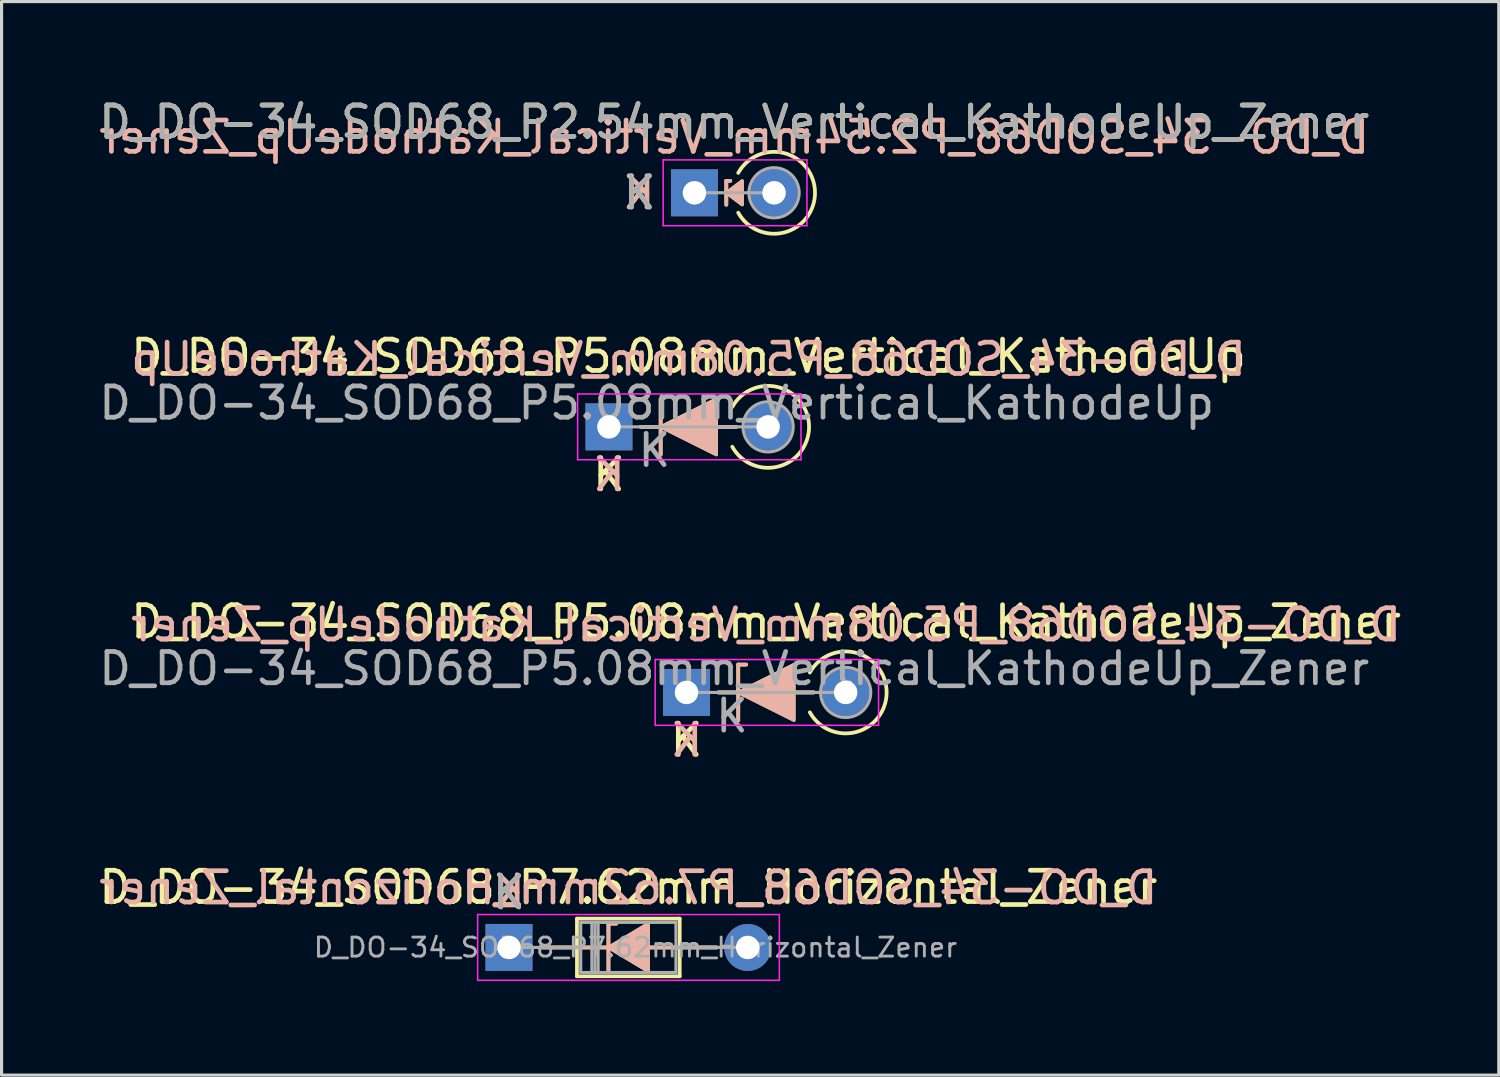
<source format=kicad_pcb>
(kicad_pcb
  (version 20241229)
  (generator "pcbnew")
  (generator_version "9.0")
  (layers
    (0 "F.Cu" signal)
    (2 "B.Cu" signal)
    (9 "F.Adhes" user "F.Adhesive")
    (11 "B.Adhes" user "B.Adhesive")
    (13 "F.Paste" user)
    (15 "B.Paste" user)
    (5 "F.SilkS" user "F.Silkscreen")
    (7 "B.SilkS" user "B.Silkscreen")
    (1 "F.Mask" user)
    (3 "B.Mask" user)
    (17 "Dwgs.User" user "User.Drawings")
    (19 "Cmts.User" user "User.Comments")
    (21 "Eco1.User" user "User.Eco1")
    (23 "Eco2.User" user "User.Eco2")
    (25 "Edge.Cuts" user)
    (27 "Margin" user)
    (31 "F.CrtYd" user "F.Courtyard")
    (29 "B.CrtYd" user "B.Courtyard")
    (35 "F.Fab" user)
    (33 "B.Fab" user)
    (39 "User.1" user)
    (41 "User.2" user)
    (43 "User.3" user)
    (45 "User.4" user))
  (footprint "D_DO-34_SOD68_P2.54mm_Vertical_KathodeUp_Zener"
    (layer "F.Cu")
    (at 19.117 3.104)
    (property "Reference" "D_DO-34_SOD68_P2.54mm_Vertical_KathodeUp_Zener" (at 1.27 -2.256 0) (layer "F.SilkS") (effects (font (size 1 1) (thickness 0.15))))
    (fp_line (start 1.016 -0.381) (end 1.016 0.381) (stroke (width 0.12) (type solid)) (layer "F.SilkS"))
    (fp_line (start 1.016 -0.381) (end 1.143 -0.381) (stroke (width 0.12) (type solid)) (layer "F.SilkS"))
    (fp_arc (start 1.397 -0.635) (mid 3.847543 0) (end 1.397 0.634999) (stroke (width 0.12) (type solid)) (layer "F.SilkS"))
    (fp_poly (pts (xy 1.524 0.381) (xy 1.016 0) (xy 1.524 -0.381)) (stroke (width 0.1) (type solid)) (fill yes) (layer "F.SilkS"))
    (fp_line (start 1.016 -0.381) (end 1.143 -0.381) (stroke (width 0.12) (type solid)) (layer "B.SilkS"))
    (fp_line (start 1.016 0.381) (end 1.016 -0.381) (stroke (width 0.12) (type solid)) (layer "B.SilkS"))
    (fp_poly (pts (xy 1.524 -0.381) (xy 1.016 0) (xy 1.524 0.381)) (stroke (width 0.1) (type solid)) (fill yes) (layer "B.SilkS"))
    (fp_line (start -1 -1.05) (end -1 1.05) (stroke (width 0.05) (type solid)) (layer "F.CrtYd"))
    (fp_line (start -1 1.05) (end 3.59 1.05) (stroke (width 0.05) (type solid)) (layer "F.CrtYd"))
    (fp_line (start 3.59 -1.05) (end -1 -1.05) (stroke (width 0.05) (type solid)) (layer "F.CrtYd"))
    (fp_line (start 3.59 1.05) (end 3.59 -1.05) (stroke (width 0.05) (type solid)) (layer "F.CrtYd"))
    (fp_line (start 0 0) (end 2.54 0) (stroke (width 0.1) (type solid)) (layer "F.Fab"))
    (fp_circle (center 2.54 0) (end 3.34 0) (stroke (width 0.1) (type solid)) (fill no) (layer "F.Fab"))
    (fp_text user "K" (at -1.75 0 0) (layer "F.SilkS") (effects (font (size 1 1) (thickness 0.15))))
    (fp_text user "${REFERENCE}" (at 1.27 -1.778 0) (layer "B.SilkS") (effects (font (size 1 1) (thickness 0.15)) (justify mirror)))
    (fp_text user "K" (at -1.778 0 0) (layer "B.SilkS") (effects (font (size 1 1) (thickness 0.15)) (justify mirror)))
    (fp_text user "K" (at -1.75 0 0) (layer "F.Fab") (effects (font (size 1 1) (thickness 0.15))))
    (fp_text user "${REFERENCE}" (at 1.27 -2.256 0) (layer "F.Fab") (effects (font (size 1 1) (thickness 0.15))))
    (pad "1" thru_hole rect (at 0 0) (size 1.5 1.5) (drill 0.75) (layers "*.Cu" "*.Mask"))
    (pad "2" thru_hole oval (at 2.54 0) (size 1.5 1.5) (drill 0.75) (layers "*.Cu" "*.Mask")))
  (footprint "D_DO-34_SOD68_P5.08mm_Vertical_KathodeUp"
    (layer "F.Cu")
    (at 16.387 10.575)
    (property "Reference" "D_DO-34_SOD68_P5.08mm_Vertical_KathodeUp" (at 2.54 -2.256 0) (layer "F.SilkS") (effects (font (size 1 1) (thickness 0.15))))
    (fp_line (start 1.651 0.889) (end 1.651 -0.889) (stroke (width 0.12) (type solid)) (layer "F.SilkS"))
    (fp_line (start 4.064 0) (end 1.016 0) (stroke (width 0.12) (type solid)) (layer "F.SilkS"))
    (fp_arc (start 3.937 -0.634999) (mid 6.387543 0.000001) (end 3.937 0.635) (stroke (width 0.12) (type solid)) (layer "F.SilkS"))
    (fp_poly (pts (xy 3.429 0.889) (xy 1.651 0) (xy 3.429 -0.889)) (stroke (width 0.1) (type solid)) (fill yes) (layer "F.SilkS"))
    (fp_line (start 1.651 -0.889) (end 1.651 0.889) (stroke (width 0.12) (type solid)) (layer "B.SilkS"))
    (fp_line (start 4.064 0) (end 1.016 0) (stroke (width 0.12) (type solid)) (layer "B.SilkS"))
    (fp_poly (pts (xy 3.429 -0.889) (xy 1.651 0) (xy 3.429 0.889)) (stroke (width 0.1) (type solid)) (fill yes) (layer "B.SilkS"))
    (fp_line (start -1 -1.05) (end -1 1.05) (stroke (width 0.05) (type solid)) (layer "F.CrtYd"))
    (fp_line (start -1 1.05) (end 6.13 1.05) (stroke (width 0.05) (type solid)) (layer "F.CrtYd"))
    (fp_line (start 6.13 -1.05) (end -1 -1.05) (stroke (width 0.05) (type solid)) (layer "F.CrtYd"))
    (fp_line (start 6.13 1.05) (end 6.13 -1.05) (stroke (width 0.05) (type solid)) (layer "F.CrtYd"))
    (fp_line (start 0 0) (end 5.08 0) (stroke (width 0.1) (type solid)) (layer "F.Fab"))
    (fp_circle (center 5.08 0) (end 5.88 0) (stroke (width 0.1) (type solid)) (fill no) (layer "F.Fab"))
    (fp_text user "K" (at 0 1.524 0) (layer "F.SilkS") (effects (font (size 1 1) (thickness 0.15))))
    (fp_text user "K" (at 0 1.524 0) (layer "B.SilkS") (effects (font (size 1 1) (thickness 0.15)) (justify mirror)))
    (fp_text user "${REFERENCE}" (at 2.54 -2.159 0) (layer "B.SilkS") (effects (font (size 1 1) (thickness 0.15)) (justify mirror)))
    (fp_text user "K" (at 1.45 0.75 0) (layer "F.Fab") (effects (font (size 1 1) (thickness 0.15))))
    (fp_text user "${REFERENCE}" (at 1.524 -0.762 0) (layer "F.Fab") (effects (font (size 1 1) (thickness 0.15))))
    (pad "1" thru_hole rect (at 0 0) (size 1.5 1.5) (drill 0.75) (layers "*.Cu" "*.Mask"))
    (pad "2" thru_hole oval (at 5.08 0) (size 1.5 1.5) (drill 0.75) (layers "*.Cu" "*.Mask")))
  (footprint "D_DO-34_SOD68_P7.62mm_Horizontal_Zener"
    (layer "F.Cu")
    (at 13.196 27.192)
    (property "Reference" "D_DO-34_SOD68_P7.62mm_Horizontal_Zener" (at 3.81 -1.92 0) (layer "F.SilkS") (effects (font (size 1 1) (thickness 0.15))))
    (fp_line (start 0.99 0) (end 2.17 0) (stroke (width 0.12) (type solid)) (layer "F.SilkS"))
    (fp_line (start 2.17 -0.92) (end 2.17 0.92) (stroke (width 0.12) (type solid)) (layer "F.SilkS"))
    (fp_line (start 2.17 0.92) (end 5.45 0.92) (stroke (width 0.12) (type solid)) (layer "F.SilkS"))
    (fp_line (start 3.175 -0.762) (end 3.175 0.762) (stroke (width 0.12) (type solid)) (layer "F.SilkS"))
    (fp_line (start 3.175 -0.762) (end 3.429 -0.762) (stroke (width 0.12) (type solid)) (layer "F.SilkS"))
    (fp_line (start 3.2 0) (end 2.17 0) (stroke (width 0.12) (type solid)) (layer "F.SilkS"))
    (fp_line (start 4.445 0) (end 5.45 0) (stroke (width 0.12) (type solid)) (layer "F.SilkS"))
    (fp_line (start 5.45 -0.92) (end 2.17 -0.92) (stroke (width 0.12) (type solid)) (layer "F.SilkS"))
    (fp_line (start 5.45 0.92) (end 5.45 -0.92) (stroke (width 0.12) (type solid)) (layer "F.SilkS"))
    (fp_line (start 6.63 0) (end 5.45 0) (stroke (width 0.12) (type solid)) (layer "F.SilkS"))
    (fp_poly (pts (xy 4.445 0.762) (xy 3.175 0) (xy 4.445 -0.762)) (stroke (width 0.1) (type solid)) (fill yes) (layer "F.SilkS"))
    (fp_line (start 0.99 0) (end 2.17 0) (stroke (width 0.12) (type solid)) (layer "B.SilkS"))
    (fp_line (start 3.175 -0.762) (end 3.429 -0.762) (stroke (width 0.12) (type solid)) (layer "B.SilkS"))
    (fp_line (start 3.175 0.762) (end 3.175 -0.762) (stroke (width 0.12) (type solid)) (layer "B.SilkS"))
    (fp_line (start 3.2 0) (end 2.17 0) (stroke (width 0.12) (type solid)) (layer "B.SilkS"))
    (fp_line (start 4.445 0) (end 5.45 0) (stroke (width 0.12) (type solid)) (layer "B.SilkS"))
    (fp_line (start 6.63 0) (end 5.45 0) (stroke (width 0.12) (type solid)) (layer "B.SilkS"))
    (fp_poly (pts (xy 4.445 -0.762) (xy 3.175 0) (xy 4.445 0.762)) (stroke (width 0.1) (type solid)) (fill yes) (layer "B.SilkS"))
    (fp_line (start -1 -1.05) (end -1 1.05) (stroke (width 0.05) (type solid)) (layer "F.CrtYd"))
    (fp_line (start -1 1.05) (end 8.63 1.05) (stroke (width 0.05) (type solid)) (layer "F.CrtYd"))
    (fp_line (start 8.63 -1.05) (end -1 -1.05) (stroke (width 0.05) (type solid)) (layer "F.CrtYd"))
    (fp_line (start 8.63 1.05) (end 8.63 -1.05) (stroke (width 0.05) (type solid)) (layer "F.CrtYd"))
    (fp_line (start 0 0) (end 2.29 0) (stroke (width 0.1) (type solid)) (layer "F.Fab"))
    (fp_line (start 2.29 -0.8) (end 2.29 0.8) (stroke (width 0.1) (type solid)) (layer "F.Fab"))
    (fp_line (start 2.29 0.8) (end 5.33 0.8) (stroke (width 0.1) (type solid)) (layer "F.Fab"))
    (fp_line (start 2.646 -0.8) (end 2.646 0.8) (stroke (width 0.1) (type solid)) (layer "F.Fab"))
    (fp_line (start 2.746 -0.8) (end 2.746 0.8) (stroke (width 0.1) (type solid)) (layer "F.Fab"))
    (fp_line (start 2.846 -0.8) (end 2.846 0.8) (stroke (width 0.1) (type solid)) (layer "F.Fab"))
    (fp_line (start 5.33 -0.8) (end 2.29 -0.8) (stroke (width 0.1) (type solid)) (layer "F.Fab"))
    (fp_line (start 5.33 0.8) (end 5.33 -0.8) (stroke (width 0.1) (type solid)) (layer "F.Fab"))
    (fp_line (start 7.62 0) (end 5.33 0) (stroke (width 0.1) (type solid)) (layer "F.Fab"))
    (fp_text user "K" (at 0 -1.75 0) (layer "F.SilkS") (effects (font (size 1 1) (thickness 0.15))))
    (fp_text user "${REFERENCE}" (at 3.81 -1.905 0) (layer "B.SilkS") (effects (font (size 1 1) (thickness 0.15)) (justify mirror)))
    (fp_text user "K" (at 0 -1.778 0) (layer "B.SilkS") (effects (font (size 1 1) (thickness 0.15)) (justify mirror)))
    (fp_text user "K" (at 0 -1.75 0) (layer "F.Fab") (effects (font (size 1 1) (thickness 0.15))))
    (fp_text user "${REFERENCE}" (at 4.038 0 0) (layer "F.Fab") (effects (font (size 0.608 0.608) (thickness 0.091))))
    (pad "1" thru_hole rect (at 0 0) (size 1.5 1.5) (drill 0.75) (layers "*.Cu" "*.Mask"))
    (pad "2" thru_hole oval (at 7.62 0) (size 1.5 1.5) (drill 0.75) (layers "*.Cu" "*.Mask")))
  (footprint "D_DO-34_SOD68_P5.08mm_Vertical_KathodeUp_Zener"
    (layer "F.Cu")
    (at 18.863 19.052)
    (property "Reference" "D_DO-34_SOD68_P5.08mm_Vertical_KathodeUp_Zener" (at 2.54 -2.256 0) (layer "F.SilkS") (effects (font (size 1 1) (thickness 0.15))))
    (fp_line (start 1.651 -0.889) (end 1.905 -0.889) (stroke (width 0.12) (type solid)) (layer "F.SilkS"))
    (fp_line (start 1.651 0.889) (end 1.651 -0.889) (stroke (width 0.12) (type solid)) (layer "F.SilkS"))
    (fp_line (start 4.064 0) (end 1.016 0) (stroke (width 0.12) (type solid)) (layer "F.SilkS"))
    (fp_arc (start 3.937 -0.634999) (mid 6.387543 0.000001) (end 3.937 0.635) (stroke (width 0.12) (type solid)) (layer "F.SilkS"))
    (fp_poly (pts (xy 3.429 0.889) (xy 1.651 0) (xy 3.429 -0.889)) (stroke (width 0.1) (type solid)) (fill yes) (layer "F.SilkS"))
    (fp_line (start 1.651 -0.889) (end 1.651 0.889) (stroke (width 0.12) (type solid)) (layer "B.SilkS"))
    (fp_line (start 1.651 -0.889) (end 1.905 -0.889) (stroke (width 0.12) (type solid)) (layer "B.SilkS"))
    (fp_line (start 4.064 0) (end 1.016 0) (stroke (width 0.12) (type solid)) (layer "B.SilkS"))
    (fp_poly (pts (xy 3.429 -0.889) (xy 1.651 0) (xy 3.429 0.889)) (stroke (width 0.1) (type solid)) (fill yes) (layer "B.SilkS"))
    (fp_line (start -1 -1.05) (end -1 1.05) (stroke (width 0.05) (type solid)) (layer "F.CrtYd"))
    (fp_line (start -1 1.05) (end 6.13 1.05) (stroke (width 0.05) (type solid)) (layer "F.CrtYd"))
    (fp_line (start 6.13 -1.05) (end -1 -1.05) (stroke (width 0.05) (type solid)) (layer "F.CrtYd"))
    (fp_line (start 6.13 1.05) (end 6.13 -1.05) (stroke (width 0.05) (type solid)) (layer "F.CrtYd"))
    (fp_line (start 0 0) (end 5.08 0) (stroke (width 0.1) (type solid)) (layer "F.Fab"))
    (fp_circle (center 5.08 0) (end 5.88 0) (stroke (width 0.1) (type solid)) (fill no) (layer "F.Fab"))
    (fp_text user "K" (at 0 1.524 0) (layer "F.SilkS") (effects (font (size 1 1) (thickness 0.15))))
    (fp_text user "${REFERENCE}" (at 2.54 -2.159 0) (layer "B.SilkS") (effects (font (size 1 1) (thickness 0.15)) (justify mirror)))
    (fp_text user "K" (at 0 1.524 0) (layer "B.SilkS") (effects (font (size 1 1) (thickness 0.15)) (justify mirror)))
    (fp_text user "K" (at 1.45 0.75 0) (layer "F.Fab") (effects (font (size 1 1) (thickness 0.15))))
    (fp_text user "${REFERENCE}" (at 1.524 -0.762 0) (layer "F.Fab") (effects (font (size 1 1) (thickness 0.15))))
    (pad "1" thru_hole rect (at 0 0) (size 1.5 1.5) (drill 0.75) (layers "*.Cu" "*.Mask"))
    (pad "2" thru_hole oval (at 5.08 0) (size 1.5 1.5) (drill 0.75) (layers "*.Cu" "*.Mask")))
  (gr_rect
    (start -3 -3)
    (end 44.79 31.267)
    (stroke (width 0.1) (type default))
    (fill no)
    (layer "Edge.Cuts")))
</source>
